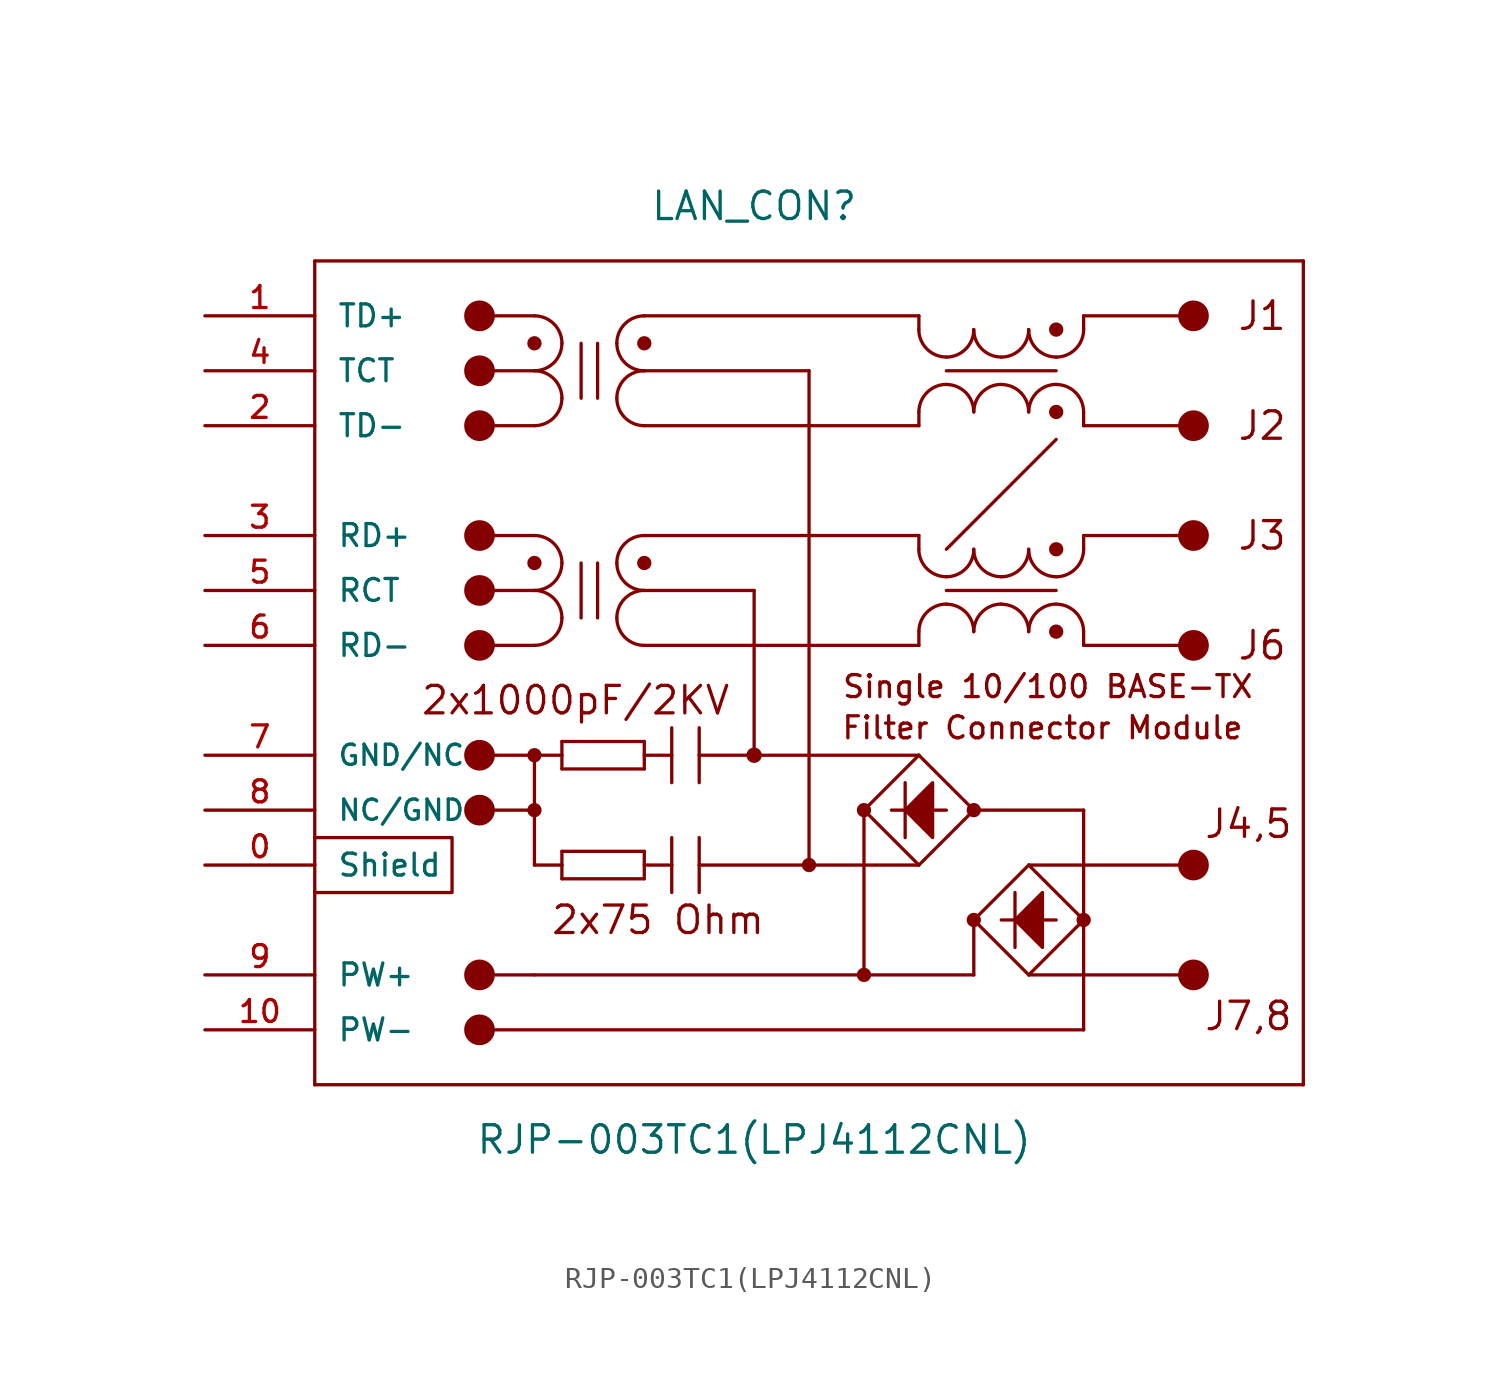
<source format=kicad_sym>
(kicad_symbol_lib
  (version 20220914)
  (generator kicad_symbol_editor)
  (symbol "RJP-003TC1(LPJ4112CNL)"
    (pin_names
      (offset 1.016))
    (property "Reference" "LAN_CON"
      (at 0 22.86 0)
      (effects (font (size 1.27 1.27))))
    (property "Value" "RJP-003TC1(LPJ4112CNL)"
      (at 0 -20.32 0)
      (effects (font (size 1.27 1.27))))
    (symbol "RJP-003TC1(LPJ4112CNL)_0_0"
      (text "Filter Connector Module" (at 13.335 -1.27 0) (effects (font (size 1.016 1.016))))
      (text "Single 10/100 BASE-TX " (at 13.97 0.635 0) (effects (font (size 1.016 1.016)))))
    (symbol "RJP-003TC1(LPJ4112CNL)_0_1"
      (polyline (pts (xy -20.32 -6.35) (xy -13.97 -6.35) (xy -13.97 -8.89) (xy -20.32 -8.89)) (stroke (width 0) (type solid)) (fill (type none))))
    (symbol "RJP-003TC1(LPJ4112CNL)_1_0"
      (polyline (pts (xy -20.32 -17.78) (xy 25.4 -17.78)) (stroke (width 0) (type solid)) (fill (type none)))
      (polyline (pts (xy -20.32 20.32) (xy -20.32 -17.78)) (stroke (width 0) (type solid)) (fill (type none)))
      (polyline (pts (xy -12.7 7.62) (xy -10.16 7.62)) (stroke (width 0) (type solid)) (fill (type none)))
      (polyline (pts (xy -12.7 17.78) (xy -10.16 17.78)) (stroke (width 0) (type solid)) (fill (type none)))
      (polyline (pts (xy -10.16 -12.7) (xy -12.7 -12.7)) (stroke (width 0) (type solid)) (fill (type none)))
      (polyline (pts (xy -10.16 -7.62) (xy -10.16 -2.54)) (stroke (width 0) (type solid)) (fill (type none)))
      (polyline (pts (xy -10.16 -5.08) (xy -12.7 -5.08)) (stroke (width 0) (type solid)) (fill (type none)))
      (polyline (pts (xy -10.16 -2.54) (xy -12.7 -2.54)) (stroke (width 0) (type solid)) (fill (type none)))
      (polyline (pts (xy -10.16 -2.54) (xy -8.89 -2.54)) (stroke (width 0) (type solid)) (fill (type none)))
      (polyline (pts (xy -10.16 2.54) (xy -12.7 2.54)) (stroke (width 0) (type solid)) (fill (type none)))
      (polyline (pts (xy -10.16 5.08) (xy -12.7 5.08)) (stroke (width 0) (type solid)) (fill (type none)))
      (polyline (pts (xy -10.16 12.7) (xy -12.7 12.7)) (stroke (width 0) (type solid)) (fill (type none)))
      (polyline (pts (xy -10.16 15.24) (xy -12.7 15.24)) (stroke (width 0) (type solid)) (fill (type none)))
      (polyline (pts (xy -8.89 -8.255) (xy -8.89 -7.62)) (stroke (width 0) (type solid)) (fill (type none)))
      (polyline (pts (xy -8.89 -7.62) (xy -10.16 -7.62)) (stroke (width 0) (type solid)) (fill (type none)))
      (polyline (pts (xy -8.89 -7.62) (xy -8.89 -6.985)) (stroke (width 0) (type solid)) (fill (type none)))
      (polyline (pts (xy -8.89 -6.985) (xy -5.08 -6.985)) (stroke (width 0) (type solid)) (fill (type none)))
      (polyline (pts (xy -8.89 -3.175) (xy -8.89 -2.54)) (stroke (width 0) (type solid)) (fill (type none)))
      (polyline (pts (xy -8.89 -2.54) (xy -8.89 -1.905)) (stroke (width 0) (type solid)) (fill (type none)))
      (polyline (pts (xy -8.89 -1.905) (xy -5.08 -1.905)) (stroke (width 0) (type solid)) (fill (type none)))
      (polyline (pts (xy -8.001 6.35) (xy -8.001 3.81)) (stroke (width 0) (type solid)) (fill (type none)))
      (polyline (pts (xy -8.001 16.51) (xy -8.001 13.97)) (stroke (width 0) (type solid)) (fill (type none)))
      (polyline (pts (xy -7.239 6.35) (xy -7.239 3.81)) (stroke (width 0) (type solid)) (fill (type none)))
      (polyline (pts (xy -7.239 16.51) (xy -7.239 13.97)) (stroke (width 0) (type solid)) (fill (type none)))
      (polyline (pts (xy -5.08 -8.255) (xy -8.89 -8.255)) (stroke (width 0) (type solid)) (fill (type none)))
      (polyline (pts (xy -5.08 -6.985) (xy -5.08 -8.255)) (stroke (width 0) (type solid)) (fill (type none)))
      (polyline (pts (xy -5.08 -3.175) (xy -8.89 -3.175)) (stroke (width 0) (type solid)) (fill (type none)))
      (polyline (pts (xy -5.08 -1.905) (xy -5.08 -3.175)) (stroke (width 0) (type solid)) (fill (type none)))
      (polyline (pts (xy -5.08 5.08) (xy 0 5.08)) (stroke (width 0) (type solid)) (fill (type none)))
      (polyline (pts (xy -5.08 15.24) (xy 2.54 15.24)) (stroke (width 0) (type solid)) (fill (type none)))
      (polyline (pts (xy -3.81 -7.62) (xy -5.08 -7.62)) (stroke (width 0) (type solid)) (fill (type none)))
      (polyline (pts (xy -3.81 -7.62) (xy -3.81 -8.89)) (stroke (width 0) (type solid)) (fill (type none)))
      (polyline (pts (xy -3.81 -6.35) (xy -3.81 -7.62)) (stroke (width 0) (type solid)) (fill (type none)))
      (polyline (pts (xy -3.81 -2.54) (xy -5.08 -2.54)) (stroke (width 0) (type solid)) (fill (type none)))
      (polyline (pts (xy -3.81 -2.54) (xy -3.81 -3.81)) (stroke (width 0) (type solid)) (fill (type none)))
      (polyline (pts (xy -3.81 -1.27) (xy -3.81 -2.54)) (stroke (width 0) (type solid)) (fill (type none)))
      (polyline (pts (xy -2.54 -7.62) (xy -2.54 -8.89)) (stroke (width 0) (type solid)) (fill (type none)))
      (polyline (pts (xy -2.54 -7.62) (xy 2.54 -7.62)) (stroke (width 0) (type solid)) (fill (type none)))
      (polyline (pts (xy -2.54 -6.35) (xy -2.54 -7.62)) (stroke (width 0) (type solid)) (fill (type none)))
      (polyline (pts (xy -2.54 -2.54) (xy -2.54 -3.81)) (stroke (width 0) (type solid)) (fill (type none)))
      (polyline (pts (xy -2.54 -2.54) (xy 0 -2.54)) (stroke (width 0) (type solid)) (fill (type none)))
      (polyline (pts (xy -2.54 -1.27) (xy -2.54 -2.54)) (stroke (width 0) (type solid)) (fill (type none)))
      (polyline (pts (xy 0 -2.54) (xy 7.62 -2.54)) (stroke (width 0) (type solid)) (fill (type none)))
      (polyline (pts (xy 0 5.08) (xy 0 -2.54)) (stroke (width 0) (type solid)) (fill (type none)))
      (polyline (pts (xy 2.54 -7.62) (xy 7.62 -7.62)) (stroke (width 0) (type solid)) (fill (type none)))
      (polyline (pts (xy 2.54 15.24) (xy 2.54 -7.62)) (stroke (width 0) (type solid)) (fill (type none)))
      (polyline (pts (xy 5.08 -12.7) (xy -10.16 -12.7)) (stroke (width 0) (type solid)) (fill (type none)))
      (polyline (pts (xy 5.08 -5.08) (xy 5.08 -12.7)) (stroke (width 0) (type solid)) (fill (type none)))
      (polyline (pts (xy 6.985 -3.81) (xy 6.985 -6.35)) (stroke (width 0) (type solid)) (fill (type none)))
      (polyline (pts (xy 7.62 -7.62) (xy 5.08 -5.08)) (stroke (width 0) (type solid)) (fill (type none)))
      (polyline (pts (xy 7.62 -2.54) (xy 5.08 -5.08)) (stroke (width 0) (type solid)) (fill (type none)))
      (polyline (pts (xy 7.62 -2.54) (xy 10.16 -5.08)) (stroke (width 0) (type solid)) (fill (type none)))
      (polyline (pts (xy 7.62 2.54) (xy -5.08 2.54)) (stroke (width 0) (type solid)) (fill (type none)))
      (polyline (pts (xy 7.62 3.175) (xy 7.62 2.54)) (stroke (width 0) (type solid)) (fill (type none)))
      (polyline (pts (xy 7.62 6.985) (xy 7.62 7.62)) (stroke (width 0) (type solid)) (fill (type none)))
      (polyline (pts (xy 7.62 7.62) (xy -5.08 7.62)) (stroke (width 0) (type solid)) (fill (type none)))
      (polyline (pts (xy 7.62 12.7) (xy -5.08 12.7)) (stroke (width 0) (type solid)) (fill (type none)))
      (polyline (pts (xy 7.62 13.335) (xy 7.62 12.7)) (stroke (width 0) (type solid)) (fill (type none)))
      (polyline (pts (xy 7.62 17.145) (xy 7.62 17.78)) (stroke (width 0) (type solid)) (fill (type none)))
      (polyline (pts (xy 7.62 17.78) (xy -5.08 17.78)) (stroke (width 0) (type solid)) (fill (type none)))
      (polyline (pts (xy 8.89 -5.08) (xy 6.35 -5.08)) (stroke (width 0) (type solid)) (fill (type none)))
      (polyline (pts (xy 10.16 -12.7) (xy 5.08 -12.7)) (stroke (width 0) (type solid)) (fill (type none)))
      (polyline (pts (xy 10.16 -10.16) (xy 10.16 -12.7)) (stroke (width 0) (type solid)) (fill (type none)))
      (polyline (pts (xy 10.16 -10.16) (xy 12.7 -12.7)) (stroke (width 0) (type solid)) (fill (type none)))
      (polyline (pts (xy 10.16 -5.08) (xy 7.62 -7.62)) (stroke (width 0) (type solid)) (fill (type none)))
      (polyline (pts (xy 10.16 -5.08) (xy 15.24 -5.08)) (stroke (width 0) (type solid)) (fill (type none)))
      (polyline (pts (xy 12.065 -10.16) (xy 11.43 -10.16)) (stroke (width 0) (type solid)) (fill (type none)))
      (polyline (pts (xy 12.065 -10.16) (xy 12.065 -11.43)) (stroke (width 0) (type solid)) (fill (type none)))
      (polyline (pts (xy 12.065 -8.89) (xy 12.065 -10.16)) (stroke (width 0) (type solid)) (fill (type none)))
      (polyline (pts (xy 12.7 -12.7) (xy 15.24 -10.16)) (stroke (width 0) (type solid)) (fill (type none)))
      (polyline (pts (xy 12.7 -12.7) (xy 20.32 -12.7)) (stroke (width 0) (type solid)) (fill (type none)))
      (polyline (pts (xy 12.7 -7.62) (xy 10.16 -10.16)) (stroke (width 0) (type solid)) (fill (type none)))
      (polyline (pts (xy 12.7 -7.62) (xy 20.32 -7.62)) (stroke (width 0) (type solid)) (fill (type none)))
      (polyline (pts (xy 13.97 -10.16) (xy 12.065 -10.16)) (stroke (width 0) (type solid)) (fill (type none)))
      (polyline (pts (xy 13.97 5.08) (xy 8.89 5.08)) (stroke (width 0) (type solid)) (fill (type none)))
      (polyline (pts (xy 13.97 12.065) (xy 8.89 6.985)) (stroke (width 0) (type solid)) (fill (type none)))
      (polyline (pts (xy 13.97 15.24) (xy 8.89 15.24)) (stroke (width 0) (type solid)) (fill (type none)))
      (polyline (pts (xy 15.24 -15.24) (xy -12.7 -15.24)) (stroke (width 0) (type solid)) (fill (type none)))
      (polyline (pts (xy 15.24 -10.16) (xy 12.7 -7.62)) (stroke (width 0) (type solid)) (fill (type none)))
      (polyline (pts (xy 15.24 -10.16) (xy 15.24 -15.24)) (stroke (width 0) (type solid)) (fill (type none)))
      (polyline (pts (xy 15.24 -5.08) (xy 15.24 -10.16)) (stroke (width 0) (type solid)) (fill (type none)))
      (polyline (pts (xy 15.24 2.54) (xy 15.24 3.175)) (stroke (width 0) (type solid)) (fill (type none)))
      (polyline (pts (xy 15.24 2.54) (xy 20.32 2.54)) (stroke (width 0) (type solid)) (fill (type none)))
      (polyline (pts (xy 15.24 7.62) (xy 15.24 6.985)) (stroke (width 0) (type solid)) (fill (type none)))
      (polyline (pts (xy 15.24 7.62) (xy 20.32 7.62)) (stroke (width 0) (type solid)) (fill (type none)))
      (polyline (pts (xy 15.24 12.7) (xy 15.24 13.335)) (stroke (width 0) (type solid)) (fill (type none)))
      (polyline (pts (xy 15.24 12.7) (xy 20.32 12.7)) (stroke (width 0) (type solid)) (fill (type none)))
      (polyline (pts (xy 15.24 17.78) (xy 15.24 17.145)) (stroke (width 0) (type solid)) (fill (type none)))
      (polyline (pts (xy 15.24 17.78) (xy 20.32 17.78)) (stroke (width 0) (type solid)) (fill (type none)))
      (polyline (pts (xy 25.4 -17.78) (xy 25.4 20.32)) (stroke (width 0) (type solid)) (fill (type none)))
      (polyline (pts (xy 25.4 20.32) (xy -20.32 20.32)) (stroke (width 0) (type solid)) (fill (type none)))
      (text "2x1000pF/2KV" (at -8.255 0 0) (effects (font (size 1.27 1.27))))
      (text "2x75 Ohm" (at -4.445 -10.16 0) (effects (font (size 1.27 1.27))))
      (text "J1" (at 23.495 17.78 0) (effects (font (size 1.27 1.27))))
      (text "J2" (at 23.495 12.7 0) (effects (font (size 1.27 1.27))))
      (text "J3" (at 23.495 7.62 0) (effects (font (size 1.27 1.27))))
      (text "J4,5" (at 22.86 -5.715 0) (effects (font (size 1.27 1.27))))
      (text "J6" (at 23.495 2.54 0) (effects (font (size 1.27 1.27))))
      (text "J7,8" (at 22.86 -14.605 0) (effects (font (size 1.27 1.27)))))
    (symbol "RJP-003TC1(LPJ4112CNL)_1_1"
      (circle (center -12.7 -15.24) (radius 0.635) (stroke (width 0) (type solid)) (fill (type outline)))
      (circle (center -12.7 -12.7) (radius 0.635) (stroke (width 0) (type solid)) (fill (type outline)))
      (circle (center -12.7 -5.08) (radius 0.635) (stroke (width 0) (type solid)) (fill (type outline)))
      (circle (center -12.7 -2.54) (radius 0.635) (stroke (width 0) (type solid)) (fill (type outline)))
      (circle (center -12.7 2.54) (radius 0.635) (stroke (width 0) (type solid)) (fill (type outline)))
      (circle (center -12.7 5.08) (radius 0.635) (stroke (width 0) (type solid)) (fill (type outline)))
      (circle (center -12.7 7.62) (radius 0.635) (stroke (width 0) (type solid)) (fill (type outline)))
      (circle (center -12.7 12.7) (radius 0.635) (stroke (width 0) (type solid)) (fill (type outline)))
      (circle (center -12.7 15.24) (radius 0.635) (stroke (width 0) (type solid)) (fill (type outline)))
      (circle (center -12.7 17.78) (radius 0.635) (stroke (width 0) (type solid)) (fill (type outline)))
      (circle (center -10.16 -5.08) (radius 0.254) (stroke (width 0) (type solid)) (fill (type outline)))
      (circle (center -10.16 -2.54) (radius 0.254) (stroke (width 0) (type solid)) (fill (type outline)))
      (arc (start -10.16 2.54) (mid -9.262 2.912) (end -8.89 3.81) (stroke (width 0) (type solid)) (fill (type none)))
      (arc (start -10.16 5.08) (mid -9.262 5.452) (end -8.89 6.35) (stroke (width 0) (type solid)) (fill (type none)))
      (circle (center -10.16 6.35) (radius 0.254) (stroke (width 0) (type solid)) (fill (type outline)))
      (arc (start -10.16 12.7) (mid -9.262 13.072) (end -8.89 13.97) (stroke (width 0) (type solid)) (fill (type none)))
      (arc (start -10.16 15.24) (mid -9.262 15.612) (end -8.89 16.51) (stroke (width 0) (type solid)) (fill (type none)))
      (circle (center -10.16 16.51) (radius 0.254) (stroke (width 0) (type solid)) (fill (type outline)))
      (arc (start -8.89 3.81) (mid -9.262 4.708) (end -10.16 5.08) (stroke (width 0) (type solid)) (fill (type none)))
      (arc (start -8.89 6.35) (mid -9.262 7.248) (end -10.16 7.62) (stroke (width 0) (type solid)) (fill (type none)))
      (arc (start -8.89 13.97) (mid -9.262 14.868) (end -10.16 15.24) (stroke (width 0) (type solid)) (fill (type none)))
      (arc (start -8.89 16.51) (mid -9.262 17.408) (end -10.16 17.78) (stroke (width 0) (type solid)) (fill (type none)))
      (arc (start -6.35 3.81) (mid -5.978 2.912) (end -5.08 2.54) (stroke (width 0) (type solid)) (fill (type none)))
      (arc (start -6.35 6.35) (mid -5.978 5.452) (end -5.08 5.08) (stroke (width 0) (type solid)) (fill (type none)))
      (arc (start -6.35 13.97) (mid -5.978 13.072) (end -5.08 12.7) (stroke (width 0) (type solid)) (fill (type none)))
      (arc (start -6.35 16.51) (mid -5.978 15.612) (end -5.08 15.24) (stroke (width 0) (type solid)) (fill (type none)))
      (arc (start -5.08 5.08) (mid -5.978 4.708) (end -6.35 3.81) (stroke (width 0) (type solid)) (fill (type none)))
      (circle (center -5.08 6.35) (radius 0.254) (stroke (width 0) (type solid)) (fill (type outline)))
      (arc (start -5.08 7.62) (mid -5.978 7.248) (end -6.35 6.35) (stroke (width 0) (type solid)) (fill (type none)))
      (arc (start -5.08 15.24) (mid -5.978 14.868) (end -6.35 13.97) (stroke (width 0) (type solid)) (fill (type none)))
      (circle (center -5.08 16.51) (radius 0.254) (stroke (width 0) (type solid)) (fill (type outline)))
      (arc (start -5.08 17.78) (mid -5.978 17.408) (end -6.35 16.51) (stroke (width 0) (type solid)) (fill (type none)))
      (circle (center 0 -2.54) (radius 0.279) (stroke (width 0) (type solid)) (fill (type outline)))
      (polyline (pts (xy 6.985 -5.08) (xy 8.255 -3.81) (xy 8.255 -3.81) (xy 8.255 -6.35) (xy 8.255 -6.35) (xy 6.985 -5.08)) (stroke (width 0) (type solid)) (fill (type outline)))
      (polyline (pts (xy 12.065 -10.16) (xy 13.335 -8.89) (xy 13.335 -8.89) (xy 13.335 -11.43) (xy 13.335 -11.43) (xy 12.065 -10.16)) (stroke (width 0) (type solid)) (fill (type outline)))
      (circle (center 2.54 -7.62) (radius 0.254) (stroke (width 0) (type solid)) (fill (type outline)))
      (circle (center 5.08 -12.7) (radius 0.254) (stroke (width 0) (type solid)) (fill (type outline)))
      (circle (center 5.08 -5.08) (radius 0.254) (stroke (width 0) (type solid)) (fill (type outline)))
      (arc (start 7.62 6.985) (mid 7.992 6.087) (end 8.89 5.715) (stroke (width 0) (type solid)) (fill (type none)))
      (arc (start 7.62 17.145) (mid 7.992 16.247) (end 8.89 15.875) (stroke (width 0) (type solid)) (fill (type none)))
      (arc (start 8.89 4.445) (mid 7.992 4.073) (end 7.62 3.175) (stroke (width 0) (type solid)) (fill (type none)))
      (arc (start 8.89 5.715) (mid 9.788 6.087) (end 10.16 6.985) (stroke (width 0) (type solid)) (fill (type none)))
      (arc (start 8.89 14.605) (mid 7.992 14.233) (end 7.62 13.335) (stroke (width 0) (type solid)) (fill (type none)))
      (arc (start 8.89 15.875) (mid 9.788 16.247) (end 10.16 17.145) (stroke (width 0) (type solid)) (fill (type none)))
      (circle (center 10.16 -10.16) (radius 0.254) (stroke (width 0) (type solid)) (fill (type outline)))
      (circle (center 10.16 -5.08) (radius 0.254) (stroke (width 0) (type solid)) (fill (type outline)))
      (arc (start 10.16 3.175) (mid 9.788 4.073) (end 8.89 4.445) (stroke (width 0) (type solid)) (fill (type none)))
      (arc (start 10.16 6.985) (mid 10.532 6.087) (end 11.43 5.715) (stroke (width 0) (type solid)) (fill (type none)))
      (arc (start 10.16 13.335) (mid 9.788 14.233) (end 8.89 14.605) (stroke (width 0) (type solid)) (fill (type none)))
      (arc (start 10.16 17.145) (mid 10.532 16.247) (end 11.43 15.875) (stroke (width 0) (type solid)) (fill (type none)))
      (arc (start 11.43 4.445) (mid 10.532 4.073) (end 10.16 3.175) (stroke (width 0) (type solid)) (fill (type none)))
      (arc (start 11.43 5.715) (mid 12.328 6.087) (end 12.7 6.985) (stroke (width 0) (type solid)) (fill (type none)))
      (arc (start 11.43 14.605) (mid 10.532 14.233) (end 10.16 13.335) (stroke (width 0) (type solid)) (fill (type none)))
      (arc (start 11.43 15.875) (mid 12.328 16.247) (end 12.7 17.145) (stroke (width 0) (type solid)) (fill (type none)))
      (arc (start 12.7 3.175) (mid 12.328 4.073) (end 11.43 4.445) (stroke (width 0) (type solid)) (fill (type none)))
      (arc (start 12.7 6.985) (mid 13.072 6.087) (end 13.97 5.715) (stroke (width 0) (type solid)) (fill (type none)))
      (arc (start 12.7 13.335) (mid 12.328 14.233) (end 11.43 14.605) (stroke (width 0) (type solid)) (fill (type none)))
      (arc (start 12.7 17.145) (mid 13.072 16.247) (end 13.97 15.875) (stroke (width 0) (type solid)) (fill (type none)))
      (circle (center 13.97 3.175) (radius 0.254) (stroke (width 0) (type solid)) (fill (type outline)))
      (arc (start 13.97 4.445) (mid 13.072 4.073) (end 12.7 3.175) (stroke (width 0) (type solid)) (fill (type none)))
      (arc (start 13.97 5.715) (mid 14.868 6.087) (end 15.24 6.985) (stroke (width 0) (type solid)) (fill (type none)))
      (circle (center 13.97 6.985) (radius 0.254) (stroke (width 0) (type solid)) (fill (type outline)))
      (circle (center 13.97 13.335) (radius 0.254) (stroke (width 0) (type solid)) (fill (type outline)))
      (arc (start 13.97 14.605) (mid 13.072 14.233) (end 12.7 13.335) (stroke (width 0) (type solid)) (fill (type none)))
      (arc (start 13.97 15.875) (mid 14.868 16.247) (end 15.24 17.145) (stroke (width 0) (type solid)) (fill (type none)))
      (circle (center 13.97 17.145) (radius 0.254) (stroke (width 0) (type solid)) (fill (type outline)))
      (circle (center 15.24 -10.16) (radius 0.254) (stroke (width 0) (type solid)) (fill (type outline)))
      (arc (start 15.24 3.175) (mid 14.868 4.073) (end 13.97 4.445) (stroke (width 0) (type solid)) (fill (type none)))
      (arc (start 15.24 13.335) (mid 14.868 14.233) (end 13.97 14.605) (stroke (width 0) (type solid)) (fill (type none)))
      (circle (center 20.32 -12.7) (radius 0.635) (stroke (width 0) (type solid)) (fill (type outline)))
      (circle (center 20.32 -7.62) (radius 0.635) (stroke (width 0) (type solid)) (fill (type outline)))
      (circle (center 20.32 2.54) (radius 0.635) (stroke (width 0) (type solid)) (fill (type outline)))
      (circle (center 20.32 7.62) (radius 0.635) (stroke (width 0) (type solid)) (fill (type outline)))
      (circle (center 20.32 12.7) (radius 0.635) (stroke (width 0) (type solid)) (fill (type outline)))
      (circle (center 20.32 17.78) (radius 0.635) (stroke (width 0) (type solid)) (fill (type outline)))
      (pin passive line (at -25.4 -7.62 0) (length 5.08) (name "Shield" (effects (font (size 1.016 1.016)))) (number "0" (effects (font (size 1.016 1.016)))))
      (pin bidirectional line (at -25.4 17.78 0) (length 5.08) (name "TD+" (effects (font (size 1.016 1.016)))) (number "1" (effects (font (size 1.016 1.016)))))
      (pin power_out line (at -25.4 -15.24 0) (length 5.08) (name "PW-" (effects (font (size 1.016 1.016)))) (number "10" (effects (font (size 1.016 1.016)))))
      (pin bidirectional line (at -25.4 12.7 0) (length 5.08) (name "TD-" (effects (font (size 1.016 1.016)))) (number "2" (effects (font (size 1.016 1.016)))))
      (pin bidirectional line (at -25.4 7.62 0) (length 5.08) (name "RD+" (effects (font (size 1.016 1.016)))) (number "3" (effects (font (size 1.016 1.016)))))
      (pin input line (at -25.4 15.24 0) (length 5.08) (name "TCT" (effects (font (size 1.016 1.016)))) (number "4" (effects (font (size 1.016 1.016)))))
      (pin input line (at -25.4 5.08 0) (length 5.08) (name "RCT" (effects (font (size 1.016 1.016)))) (number "5" (effects (font (size 1.016 1.016)))))
      (pin bidirectional line (at -25.4 2.54 0) (length 5.08) (name "RD-" (effects (font (size 1.016 1.016)))) (number "6" (effects (font (size 1.016 1.016)))))
      (pin power_in line (at -25.4 -2.54 0) (length 5.08) (name "GND/NC" (effects (font (size 0.94 0.94)))) (number "7" (effects (font (size 1.016 1.016)))))
      (pin power_in line (at -25.4 -5.08 0) (length 5.08) (name "NC/GND" (effects (font (size 0.94 0.94)))) (number "8" (effects (font (size 1.016 1.016)))))
      (pin power_out line (at -25.4 -12.7 0) (length 5.08) (name "PW+" (effects (font (size 1.016 1.016)))) (number "9" (effects (font (size 1.016 1.016))))))))
</source>
